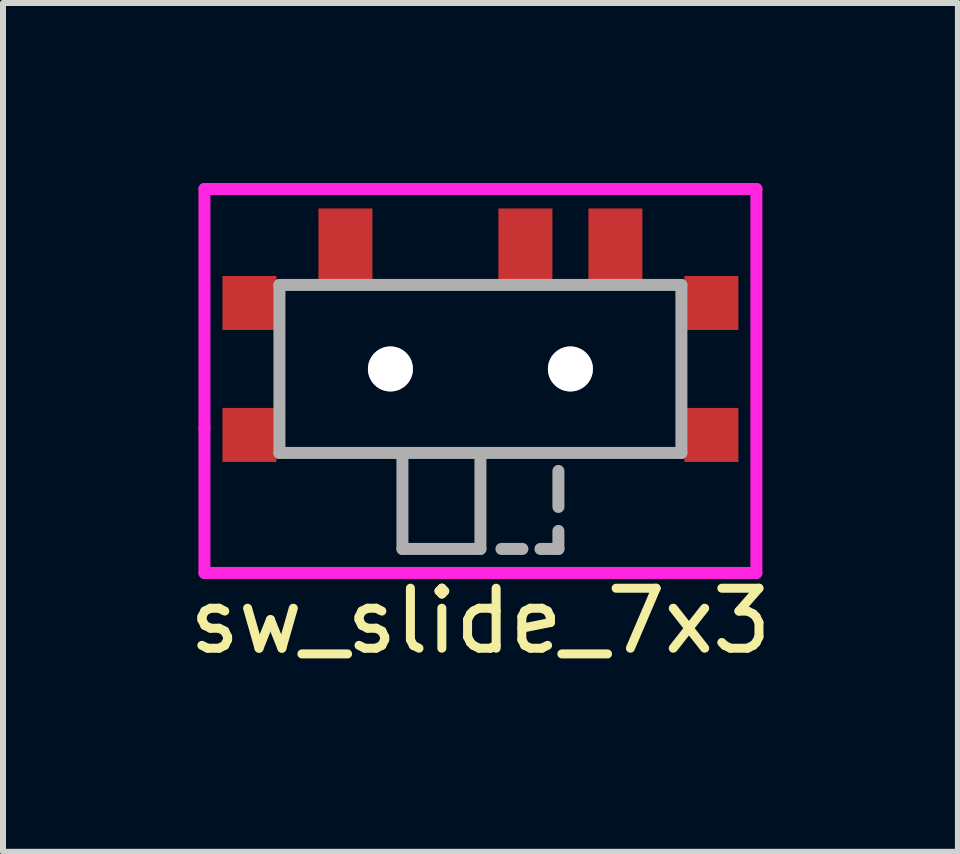
<source format=kicad_pcb>
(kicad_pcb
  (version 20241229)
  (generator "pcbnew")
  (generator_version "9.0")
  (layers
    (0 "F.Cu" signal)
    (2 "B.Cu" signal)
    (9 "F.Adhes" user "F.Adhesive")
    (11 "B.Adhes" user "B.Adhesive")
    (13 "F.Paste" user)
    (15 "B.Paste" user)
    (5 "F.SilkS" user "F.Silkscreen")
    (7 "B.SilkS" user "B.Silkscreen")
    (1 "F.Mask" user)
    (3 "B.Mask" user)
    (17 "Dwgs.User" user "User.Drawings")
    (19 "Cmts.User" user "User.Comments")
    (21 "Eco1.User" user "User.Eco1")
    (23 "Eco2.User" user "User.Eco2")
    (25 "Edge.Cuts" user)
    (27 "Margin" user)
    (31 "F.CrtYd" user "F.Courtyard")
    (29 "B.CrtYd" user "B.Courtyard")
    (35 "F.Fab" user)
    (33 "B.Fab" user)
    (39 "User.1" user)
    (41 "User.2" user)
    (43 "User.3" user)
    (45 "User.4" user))
  (footprint "sw_slide_7x3"
    (layer "F.Cu")
    (at 4.958 3.1)
    (property "Reference" "sw_slide_7x3" (at 0 4.2 0) (layer "F.SilkS") (effects (font (size 1 1) (thickness 0.15))))
    (attr through_hole)
    (fp_line (start -4.6 -3) (end -4.6 1) (stroke (width 0.2) (type solid)) (layer "F.CrtYd"))
    (fp_line (start -4.6 1) (end -4.6 3.4) (stroke (width 0.2) (type solid)) (layer "F.CrtYd"))
    (fp_line (start -4.6 3.4) (end 4.6 3.4) (stroke (width 0.2) (type solid)) (layer "F.CrtYd"))
    (fp_line (start 4.6 -3) (end -4.6 -3) (stroke (width 0.2) (type solid)) (layer "F.CrtYd"))
    (fp_line (start 4.6 3.4) (end 4.6 -3) (stroke (width 0.2) (type solid)) (layer "F.CrtYd"))
    (fp_line (start -3.35 -1.4) (end 3.35 -1.4) (stroke (width 0.2) (type solid)) (layer "F.Fab"))
    (fp_line (start -3.35 1.4) (end -3.35 -1.4) (stroke (width 0.2) (type solid)) (layer "F.Fab"))
    (fp_line (start -1.3 3) (end -1.3 1.4) (stroke (width 0.2) (type solid)) (layer "F.Fab"))
    (fp_line (start 0 1.4) (end 0 3) (stroke (width 0.2) (type solid)) (layer "F.Fab"))
    (fp_line (start 0 3) (end -1.3 3) (stroke (width 0.2) (type solid)) (layer "F.Fab"))
    (fp_line (start 0.7 3) (end 0.35 3) (stroke (width 0.2) (type solid)) (layer "F.Fab"))
    (fp_line (start 1.3 1.7) (end 1.3 2.3) (stroke (width 0.2) (type solid)) (layer "F.Fab"))
    (fp_line (start 1.3 2.7) (end 1.3 3) (stroke (width 0.2) (type solid)) (layer "F.Fab"))
    (fp_line (start 1.3 3) (end 1 3) (stroke (width 0.2) (type solid)) (layer "F.Fab"))
    (fp_line (start 3.35 -1.4) (end 3.35 1.4) (stroke (width 0.2) (type solid)) (layer "F.Fab"))
    (fp_line (start 3.35 1.4) (end -3.35 1.4) (stroke (width 0.2) (type solid)) (layer "F.Fab"))
    (pad "1" smd rect (at -2.25 -2.05) (size 0.9 1.25) (layers "F.Cu" "F.Mask" "F.Paste"))
    (pad "2" smd rect (at 0.75 -2.05) (size 0.9 1.25) (layers "F.Cu" "F.Mask" "F.Paste"))
    (pad "3" smd rect (at 2.25 -2.05) (size 0.9 1.25) (layers "F.Cu" "F.Mask" "F.Paste"))
    (pad "4" smd rect (at -3.85 -1.1) (size 0.9 0.9) (layers "F.Cu" "F.Mask" "F.Paste"))
    (pad "4" smd rect (at -3.85 1.1) (size 0.9 0.9) (layers "F.Cu" "F.Mask" "F.Paste"))
    (pad "4" smd rect (at 3.85 -1.1) (size 0.9 0.9) (layers "F.Cu" "F.Mask" "F.Paste"))
    (pad "4" smd rect (at 3.85 1.1) (size 0.9 0.9) (layers "F.Cu" "F.Mask" "F.Paste"))
    (pad "~" thru_hole circle (at -1.5 0) (size 0.75 0.75) (drill 0.75) (layers "*.Cu" "*.Mask"))
    (pad "~" thru_hole circle (at 1.5 0) (size 0.75 0.75) (drill 0.75) (layers "*.Cu" "*.Mask")))
  (gr_rect
    (start -3 -3)
    (end 12.917 11.148)
    (stroke (width 0.1) (type default))
    (fill no)
    (layer "Edge.Cuts")))
</source>
